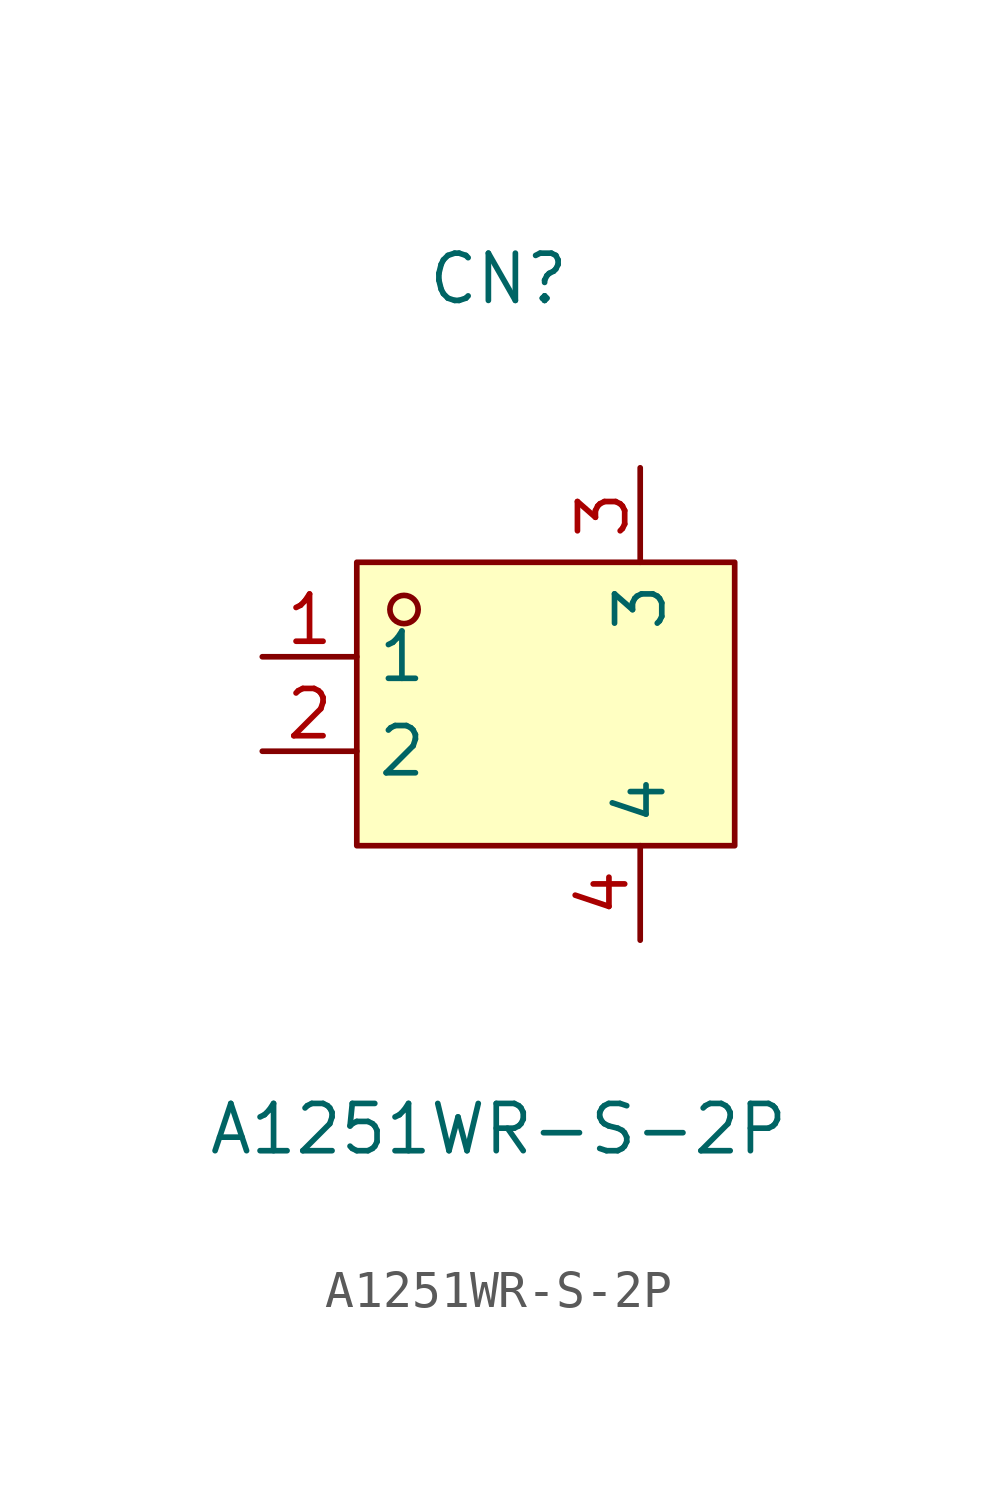
<source format=kicad_sym>
(kicad_symbol_lib
  (version 20211014)
  (generator https://github.com/uPesy/easyeda2kicad.py)
  (symbol "A1251WR-S-2P"
    (property "Reference" "CN"
      (at 0 11.43 0)
      (effects (font (size 1.27 1.27))))
    (property "Value" "A1251WR-S-2P"
      (at 0 -11.43 0)
      (effects (font (size 1.27 1.27))))
    (symbol "A1251WR-S-2P_0_1"
      (rectangle (start -3.81 3.81) (end 6.35 -3.81) (stroke (width 0) (type default) (color 0 0 0 0)) (fill (type background)))
      (circle (center -2.54 2.54) (radius 0.38) (stroke (width 0) (type default) (color 0 0 0 0)) (fill (type none)))
      (pin unspecified line (at 3.81 -6.35 90) (length 2.54) (name "4" (effects (font (size 1.27 1.27)))) (number "4" (effects (font (size 1.27 1.27)))))
      (pin unspecified line (at 3.81 6.35 270) (length 2.54) (name "3" (effects (font (size 1.27 1.27)))) (number "3" (effects (font (size 1.27 1.27)))))
      (pin unspecified line (at -6.35 -1.27 0) (length 2.54) (name "2" (effects (font (size 1.27 1.27)))) (number "2" (effects (font (size 1.27 1.27)))))
      (pin unspecified line (at -6.35 1.27 0) (length 2.54) (name "1" (effects (font (size 1.27 1.27)))) (number "1" (effects (font (size 1.27 1.27))))))))
</source>
